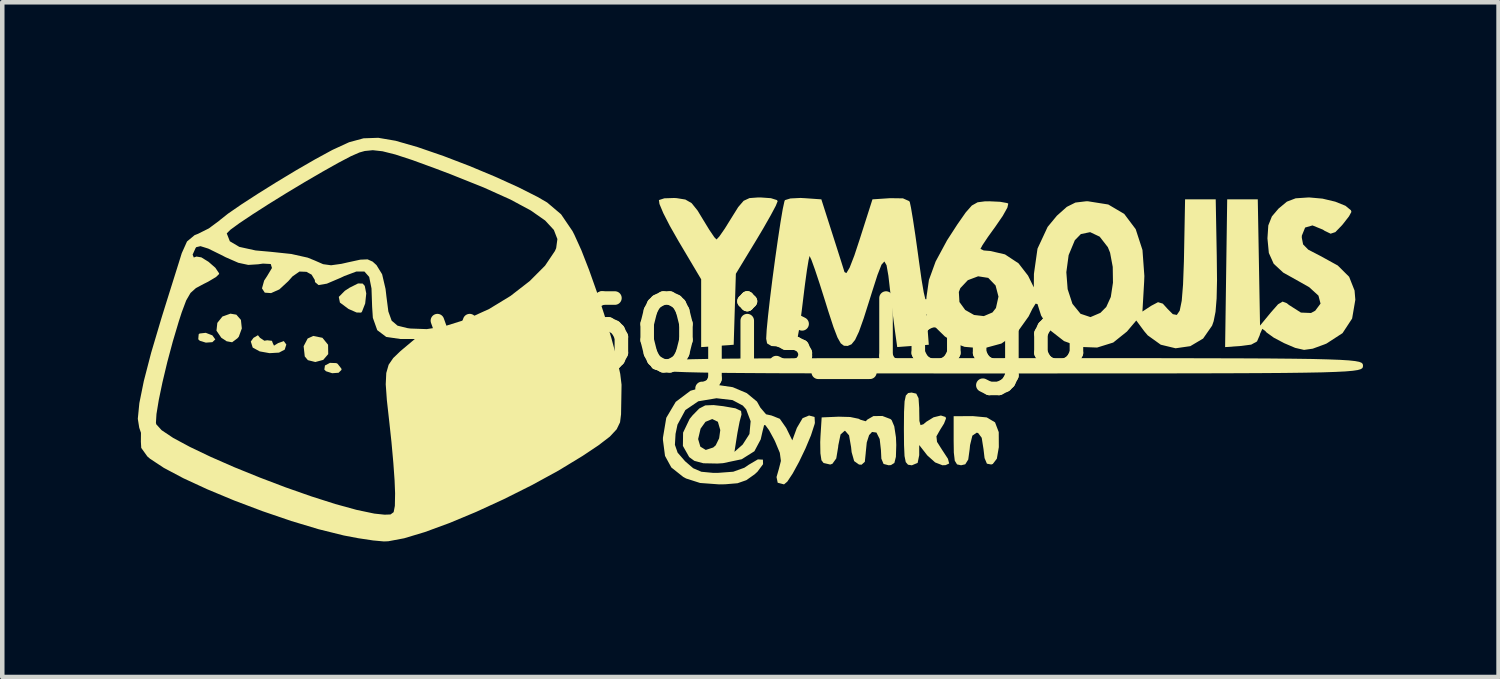
<source format=kicad_pcb>
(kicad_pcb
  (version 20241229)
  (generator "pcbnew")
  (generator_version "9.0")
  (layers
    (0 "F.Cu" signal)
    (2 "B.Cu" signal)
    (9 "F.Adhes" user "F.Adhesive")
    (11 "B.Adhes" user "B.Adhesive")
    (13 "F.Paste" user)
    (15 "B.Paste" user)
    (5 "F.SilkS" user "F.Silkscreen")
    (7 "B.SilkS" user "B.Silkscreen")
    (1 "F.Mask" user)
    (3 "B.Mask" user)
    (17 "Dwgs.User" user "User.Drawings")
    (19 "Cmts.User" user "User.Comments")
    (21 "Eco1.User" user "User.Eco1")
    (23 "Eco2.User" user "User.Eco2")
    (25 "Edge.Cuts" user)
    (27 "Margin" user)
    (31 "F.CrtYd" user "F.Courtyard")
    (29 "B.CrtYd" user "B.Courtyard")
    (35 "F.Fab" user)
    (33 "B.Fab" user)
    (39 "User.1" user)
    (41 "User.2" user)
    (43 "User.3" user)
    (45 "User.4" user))
  (footprint "ym60jis_logo"
    (layer "F.Cu")
    (at 13.738 4.368)
    (property "Reference" "ym60jis_logo" (at 0 0 0) (layer "F.SilkS") (effects (font (size 1.5 1.5) (thickness 0.3))))
    (attr board_only exclude_from_pos_files exclude_from_bom)
    (fp_poly (pts (xy -12.088 0.004) (xy -12.023 0.094) (xy -12.089 0.155) (xy -12.232 0.165) (xy -12.366 0.124) (xy -12.4 0.091) (xy -12.391 -0.019) (xy -12.37 -0.037) (xy -12.234 -0.052)) (stroke (width 0) (type solid)) (fill yes) (layer "F.SilkS"))
    (fp_poly (pts (xy -9.652 0.058) (xy -9.527 0.212) (xy -9.524 0.419) (xy -9.634 0.547) (xy -9.809 0.594) (xy -9.974 0.553) (xy -10.043 0.471) (xy -10.068 0.244) (xy -9.979 0.074) (xy -9.855 0.017)) (stroke (width 0) (type solid)) (fill yes) (layer "F.SilkS"))
    (fp_poly (pts (xy -9.347 0.618) (xy -9.317 0.632) (xy -9.233 0.74) (xy -9.229 0.767) (xy -9.295 0.832) (xy -9.437 0.842) (xy -9.574 0.798) (xy -9.61 0.761) (xy -9.596 0.671) (xy -9.485 0.613)) (stroke (width 0) (type solid)) (fill yes) (layer "F.SilkS"))
    (fp_poly (pts (xy -11.557 -0.454) (xy -11.456 -0.338) (xy -11.436 -0.149) (xy -11.503 0.034) (xy -11.532 0.068) (xy -11.651 0.157) (xy -11.772 0.135) (xy -11.89 0.057) (xy -11.997 -0.099) (xy -11.978 -0.272) (xy -11.865 -0.413) (xy -11.688 -0.476)) (stroke (width 0) (type solid)) (fill yes) (layer "F.SilkS"))
    (fp_poly (pts (xy -8.761 -1.142) (xy -8.715 -1.091) (xy -8.682 -0.923) (xy -8.706 -0.7) (xy -8.776 -0.522) (xy -8.795 -0.499) (xy -8.896 -0.502) (xy -9.07 -0.578) (xy -9.08 -0.584) (xy -9.265 -0.722) (xy -9.29 -0.847) (xy -9.155 -0.983) (xy -9.05 -1.051) (xy -8.863 -1.145)) (stroke (width 0) (type solid)) (fill yes) (layer "F.SilkS"))
    (fp_poly (pts (xy -11.033 0.059) (xy -10.937 0.123) (xy -10.874 0.113) (xy -10.769 0.125) (xy -10.753 0.171) (xy -10.724 0.232) (xy -10.633 0.176) (xy -10.507 0.131) (xy -10.451 0.207) (xy -10.487 0.32) (xy -10.613 0.386) (xy -10.822 0.398) (xy -11.04 0.359) (xy -11.192 0.276) (xy -11.196 0.272) (xy -11.237 0.141) (xy -11.179 0.06) (xy -11.079 0.001)) (stroke (width 0) (type solid)) (fill yes) (layer "F.SilkS"))
    (fp_poly (pts (xy 5.05 1.82) (xy 5.234 1.929) (xy 5.316 2.145) (xy 5.318 2.479) (xy 5.274 2.734) (xy 5.184 2.851) (xy 5.149 2.862) (xy 5.054 2.844) (xy 5.002 2.72) (xy 4.979 2.524) (xy 4.939 2.271) (xy 4.859 2.165) (xy 4.826 2.159) (xy 4.732 2.224) (xy 4.681 2.433) (xy 4.673 2.519) (xy 4.641 2.752) (xy 4.575 2.858) (xy 4.482 2.879) (xy 4.393 2.86) (xy 4.343 2.779) (xy 4.322 2.598) (xy 4.318 2.336) (xy 4.318 1.794) (xy 4.741 1.791)) (stroke (width 0) (type solid)) (fill yes) (layer "F.SilkS"))
    (fp_poly (pts (xy 0.273 -3.032) (xy 0.407 -2.99) (xy 0.423 -2.966) (xy 0.382 -2.864) (xy 0.269 -2.652) (xy 0.105 -2.364) (xy -0.039 -2.122) (xy -0.502 -1.359) (xy -0.526 -0.574) (xy -0.55 0.212) (xy -0.91 0.238) (xy -1.27 0.264) (xy -1.27 -0.487) (xy -1.27 -1.237) (xy -1.77 -2.079) (xy -1.962 -2.416) (xy -2.108 -2.701) (xy -2.193 -2.904) (xy -2.205 -2.99) (xy -2.085 -3.029) (xy -1.87 -3.036) (xy -1.813 -3.033) (xy -1.62 -3.002) (xy -1.482 -2.923) (xy -1.35 -2.759) (xy -1.231 -2.563) (xy -1.088 -2.329) (xy -0.978 -2.167) (xy -0.93 -2.118) (xy -0.868 -2.184) (xy -0.747 -2.358) (xy -0.608 -2.582) (xy -0.45 -2.835) (xy -0.33 -2.974) (xy -0.2 -3.034) (xy -0.012 -3.048) (xy 0.047 -3.048)) (stroke (width 0) (type solid)) (fill yes) (layer "F.SilkS"))
    (fp_poly (pts (xy 3.491 1.294) (xy 3.541 1.395) (xy 3.556 1.614) (xy 3.556 1.664) (xy 3.56 1.898) (xy 3.585 1.991) (xy 3.648 1.972) (xy 3.711 1.918) (xy 3.873 1.818) (xy 4.036 1.778) (xy 4.138 1.81) (xy 4.149 1.844) (xy 4.105 1.956) (xy 4.016 2.099) (xy 3.937 2.239) (xy 3.95 2.361) (xy 4.059 2.533) (xy 4.192 2.736) (xy 4.219 2.84) (xy 4.141 2.876) (xy 4.07 2.879) (xy 3.908 2.816) (xy 3.738 2.664) (xy 3.731 2.656) (xy 3.556 2.432) (xy 3.556 2.656) (xy 3.521 2.827) (xy 3.395 2.879) (xy 3.387 2.879) (xy 3.308 2.867) (xy 3.258 2.809) (xy 3.231 2.675) (xy 3.22 2.433) (xy 3.217 2.074) (xy 3.22 1.7) (xy 3.232 1.465) (xy 3.26 1.335) (xy 3.311 1.281) (xy 3.387 1.27)) (stroke (width 0) (type solid)) (fill yes) (layer "F.SilkS"))
    (fp_poly (pts (xy 2.919 1.856) (xy 2.946 1.88) (xy 3.004 2.018) (xy 3.041 2.26) (xy 3.048 2.43) (xy 3.04 2.693) (xy 3.006 2.828) (xy 2.931 2.875) (xy 2.879 2.879) (xy 2.767 2.85) (xy 2.718 2.733) (xy 2.709 2.545) (xy 2.681 2.298) (xy 2.609 2.155) (xy 2.512 2.142) (xy 2.447 2.212) (xy 2.395 2.375) (xy 2.372 2.605) (xy 2.372 2.61) (xy 2.352 2.803) (xy 2.28 2.867) (xy 2.223 2.863) (xy 2.116 2.787) (xy 2.06 2.589) (xy 2.048 2.476) (xy 2.003 2.217) (xy 1.917 2.118) (xy 1.905 2.117) (xy 1.815 2.198) (xy 1.765 2.44) (xy 1.762 2.476) (xy 1.72 2.728) (xy 1.635 2.846) (xy 1.587 2.863) (xy 1.439 2.829) (xy 1.392 2.768) (xy 1.369 2.615) (xy 1.365 2.366) (xy 1.371 2.233) (xy 1.397 1.82) (xy 1.775 1.804) (xy 2.028 1.811) (xy 2.215 1.85) (xy 2.254 1.871) (xy 2.372 1.905) (xy 2.41 1.867) (xy 2.542 1.791) (xy 2.74 1.788)) (stroke (width 0) (type solid)) (fill yes) (layer "F.SilkS"))
    (fp_poly (pts (xy 6.835 0.508) (xy 8.007 0.508) (xy 9.03 0.509) (xy 9.914 0.511) (xy 10.669 0.513) (xy 11.306 0.516) (xy 11.834 0.521) (xy 12.264 0.527) (xy 12.605 0.536) (xy 12.869 0.546) (xy 13.064 0.558) (xy 13.202 0.573) (xy 13.292 0.59) (xy 13.344 0.61) (xy 13.369 0.634) (xy 13.377 0.66) (xy 13.377 0.677) (xy 13.375 0.706) (xy 13.361 0.731) (xy 13.326 0.753) (xy 13.259 0.772) (xy 13.151 0.788) (xy 12.99 0.802) (xy 12.768 0.813) (xy 12.473 0.823) (xy 12.096 0.83) (xy 11.626 0.836) (xy 11.054 0.84) (xy 10.369 0.843) (xy 9.561 0.845) (xy 8.621 0.846) (xy 7.537 0.846) (xy 6.3 0.847) (xy 5.503 0.847) (xy 4.172 0.847) (xy 3 0.846) (xy 1.977 0.846) (xy 1.093 0.844) (xy 0.338 0.842) (xy -0.299 0.838) (xy -0.827 0.834) (xy -1.257 0.827) (xy -1.599 0.819) (xy -1.862 0.809) (xy -2.057 0.797) (xy -2.195 0.782) (xy -2.285 0.765) (xy -2.337 0.744) (xy -2.362 0.721) (xy -2.37 0.694) (xy -2.371 0.677) (xy -2.368 0.649) (xy -2.355 0.623) (xy -2.32 0.601) (xy -2.253 0.582) (xy -2.144 0.566) (xy -1.984 0.553) (xy -1.761 0.541) (xy -1.466 0.532) (xy -1.089 0.525) (xy -0.62 0.519) (xy -0.047 0.515) (xy 0.637 0.512) (xy 1.445 0.51) (xy 2.386 0.509) (xy 3.47 0.508) (xy 4.707 0.508) (xy 5.503 0.508)) (stroke (width 0) (type solid)) (fill yes) (layer "F.SilkS"))
    (fp_poly (pts (xy 12.481 -3.022) (xy 12.763 -2.955) (xy 12.989 -2.864) (xy 13.111 -2.764) (xy 13.121 -2.728) (xy 13.068 -2.63) (xy 12.941 -2.467) (xy 12.911 -2.431) (xy 12.766 -2.281) (xy 12.661 -2.246) (xy 12.528 -2.31) (xy 12.491 -2.335) (xy 12.26 -2.429) (xy 12.097 -2.382) (xy 12.024 -2.202) (xy 12.023 -2.157) (xy 12.052 -2.009) (xy 12.167 -1.892) (xy 12.404 -1.769) (xy 12.417 -1.763) (xy 12.819 -1.542) (xy 13.071 -1.292) (xy 13.191 -0.988) (xy 13.208 -0.784) (xy 13.137 -0.368) (xy 12.925 -0.045) (xy 12.571 0.185) (xy 12.53 0.202) (xy 12.265 0.299) (xy 12.073 0.326) (xy 11.877 0.281) (xy 11.631 0.176) (xy 11.403 0.055) (xy 11.242 -0.061) (xy 11.211 -0.096) (xy 11.149 -0.14) (xy 11.099 -0.028) (xy 11.092 0.001) (xy 11.032 0.139) (xy 10.904 0.209) (xy 10.684 0.238) (xy 10.326 0.264) (xy 10.349 -1.371) (xy 10.372 -3.006) (xy 10.71 -3.006) (xy 11.049 -3.006) (xy 11.074 -1.609) (xy 11.099 -0.212) (xy 11.342 -0.507) (xy 11.497 -0.683) (xy 11.598 -0.743) (xy 11.692 -0.707) (xy 11.74 -0.668) (xy 12.004 -0.5) (xy 12.227 -0.491) (xy 12.32 -0.541) (xy 12.438 -0.699) (xy 12.392 -0.875) (xy 12.188 -1.061) (xy 11.959 -1.191) (xy 11.612 -1.385) (xy 11.401 -1.581) (xy 11.294 -1.819) (xy 11.263 -2.141) (xy 11.263 -2.144) (xy 11.282 -2.429) (xy 11.361 -2.628) (xy 11.508 -2.801) (xy 11.693 -2.955) (xy 11.887 -3.029) (xy 12.169 -3.048) (xy 12.19 -3.048)) (stroke (width 0) (type solid)) (fill yes) (layer "F.SilkS"))
    (fp_poly (pts (xy -0.571 1.151) (xy -0.26 1.283) (xy -0.035 1.469) (xy 0.04 1.603) (xy 0.166 1.751) (xy 0.287 1.778) (xy 0.471 1.851) (xy 0.612 2.053) (xy 0.747 2.328) (xy 0.848 2.053) (xy 0.975 1.837) (xy 1.118 1.778) (xy 1.24 1.811) (xy 1.247 1.942) (xy 1.24 1.971) (xy 1.16 2.218) (xy 1.038 2.509) (xy 0.896 2.805) (xy 0.755 3.063) (xy 0.636 3.242) (xy 0.564 3.302) (xy 0.424 3.266) (xy 0.398 3.14) (xy 0.45 2.96) (xy 0.495 2.783) (xy 0.471 2.604) (xy 0.368 2.357) (xy 0.345 2.309) (xy 0.232 2.102) (xy 0.15 1.991) (xy 0.123 1.99) (xy 0.088 2.13) (xy 0.048 2.306) (xy -0.092 2.569) (xy -0.373 2.746) (xy -0.787 2.833) (xy -0.908 2.841) (xy -1.221 2.835) (xy -1.422 2.781) (xy -1.535 2.698) (xy -1.674 2.451) (xy -1.672 2.299) (xy -1.337 2.299) (xy -1.288 2.467) (xy -1.168 2.54) (xy -1.003 2.486) (xy -0.948 2.438) (xy -0.872 2.282) (xy -0.847 2.1) (xy -0.9 1.917) (xy -1.025 1.856) (xy -1.175 1.918) (xy -1.283 2.069) (xy -1.337 2.299) (xy -1.672 2.299) (xy -1.67 2.157) (xy -1.526 1.855) (xy -1.46 1.774) (xy -1.312 1.623) (xy -1.179 1.554) (xy -0.995 1.547) (xy -0.778 1.572) (xy -0.511 1.619) (xy -0.387 1.677) (xy -0.377 1.755) (xy -0.419 1.913) (xy -0.466 2.156) (xy -0.478 2.23) (xy -0.533 2.582) (xy -0.351 2.421) (xy -0.201 2.187) (xy -0.175 1.904) (xy -0.274 1.642) (xy -0.348 1.558) (xy -0.576 1.437) (xy -0.921 1.397) (xy -0.938 1.397) (xy -1.333 1.463) (xy -1.62 1.658) (xy -1.794 1.98) (xy -1.837 2.184) (xy -1.851 2.427) (xy -1.791 2.6) (xy -1.626 2.79) (xy -1.446 2.945) (xy -1.265 3.023) (xy -1.011 3.047) (xy -0.907 3.048) (xy -0.56 3.022) (xy -0.314 2.934) (xy -0.217 2.868) (xy -0.015 2.749) (xy 0.097 2.755) (xy 0.1 2.855) (xy -0.023 3.021) (xy -0.086 3.079) (xy -0.27 3.209) (xy -0.465 3.277) (xy -0.739 3.3) (xy -0.874 3.302) (xy -1.294 3.271) (xy -1.603 3.172) (xy -1.667 3.137) (xy -1.93 2.928) (xy -2.07 2.672) (xy -2.116 2.318) (xy -2.116 2.27) (xy -2.042 1.829) (xy -1.833 1.476) (xy -1.507 1.23) (xy -1.084 1.11) (xy -0.914 1.101)) (stroke (width 0) (type solid)) (fill yes) (layer "F.SilkS"))
    (fp_poly (pts (xy 1.022 -3.032) (xy 1.39 -3.006) (xy 1.62 -2.286) (xy 1.73 -1.942) (xy 1.825 -1.643) (xy 1.889 -1.44) (xy 1.902 -1.397) (xy 1.944 -1.374) (xy 2.016 -1.494) (xy 2.121 -1.765) (xy 2.237 -2.117) (xy 2.521 -3.006) (xy 2.912 -3.032) (xy 3.196 -3.028) (xy 3.334 -2.967) (xy 3.348 -2.943) (xy 3.374 -2.821) (xy 3.417 -2.565) (xy 3.471 -2.209) (xy 3.53 -1.787) (xy 3.549 -1.647) (xy 3.607 -1.234) (xy 3.656 -0.946) (xy 3.692 -0.796) (xy 3.714 -0.796) (xy 3.717 -0.847) (xy 3.733 -0.956) (xy 4.433 -0.956) (xy 4.446 -0.734) (xy 4.574 -0.558) (xy 4.77 -0.447) (xy 4.986 -0.422) (xy 5.177 -0.503) (xy 5.254 -0.601) (xy 5.31 -0.853) (xy 5.246 -1.1) (xy 5.084 -1.268) (xy 4.86 -1.303) (xy 4.632 -1.217) (xy 4.466 -1.041) (xy 4.433 -0.956) (xy 3.733 -0.956) (xy 3.771 -1.223) (xy 3.919 -1.63) (xy 4.172 -2.099) (xy 4.4 -2.451) (xy 4.585 -2.716) (xy 4.72 -2.869) (xy 4.848 -2.941) (xy 5.01 -2.962) (xy 5.111 -2.963) (xy 5.347 -2.952) (xy 5.503 -2.924) (xy 5.527 -2.911) (xy 5.507 -2.823) (xy 5.405 -2.64) (xy 5.245 -2.407) (xy 5.075 -2.171) (xy 4.955 -1.991) (xy 4.911 -1.909) (xy 4.984 -1.875) (xy 5.13 -1.863) (xy 5.454 -1.788) (xy 5.754 -1.59) (xy 5.965 -1.317) (xy 6.092 -1.058) (xy 6.095 -1.355) (xy 6.1 -1.394) (xy 6.812 -1.394) (xy 6.841 -1.018) (xy 6.947 -0.694) (xy 7.126 -0.474) (xy 7.128 -0.473) (xy 7.346 -0.4) (xy 7.566 -0.494) (xy 7.696 -0.625) (xy 7.796 -0.845) (xy 7.844 -1.162) (xy 7.839 -1.511) (xy 7.78 -1.826) (xy 7.731 -1.947) (xy 7.55 -2.18) (xy 7.339 -2.28) (xy 7.134 -2.238) (xy 7 -2.101) (xy 6.863 -1.772) (xy 6.812 -1.394) (xy 6.1 -1.394) (xy 6.174 -1.915) (xy 6.398 -2.396) (xy 6.603 -2.644) (xy 6.823 -2.84) (xy 7.013 -2.935) (xy 7.246 -2.963) (xy 7.293 -2.963) (xy 7.74 -2.892) (xy 8.093 -2.684) (xy 8.347 -2.346) (xy 8.497 -1.885) (xy 8.539 -1.309) (xy 8.534 -1.179) (xy 8.496 -0.523) (xy 8.693 -0.652) (xy 8.841 -0.73) (xy 8.947 -0.698) (xy 9.053 -0.581) (xy 9.169 -0.465) (xy 9.257 -0.448) (xy 9.321 -0.542) (xy 9.366 -0.762) (xy 9.395 -1.12) (xy 9.414 -1.631) (xy 9.417 -1.78) (xy 9.44 -3.006) (xy 9.779 -3.006) (xy 10.118 -3.006) (xy 10.141 -1.759) (xy 10.147 -1.215) (xy 10.138 -0.811) (xy 10.114 -0.518) (xy 10.072 -0.308) (xy 10.038 -0.211) (xy 9.839 0.075) (xy 9.556 0.243) (xy 9.23 0.29) (xy 8.902 0.211) (xy 8.612 0.003) (xy 8.537 -0.086) (xy 8.36 -0.325) (xy 8.154 -0.081) (xy 7.85 0.163) (xy 7.493 0.274) (xy 7.117 0.26) (xy 6.761 0.131) (xy 6.461 -0.103) (xy 6.254 -0.434) (xy 6.211 -0.569) (xy 6.174 -0.688) (xy 6.132 -0.698) (xy 6.06 -0.582) (xy 5.978 -0.416) (xy 5.721 -0.056) (xy 5.376 0.185) (xy 4.976 0.294) (xy 4.56 0.258) (xy 4.379 0.191) (xy 4.124 0.029) (xy 3.913 -0.177) (xy 3.888 -0.212) (xy 3.717 -0.466) (xy 3.742 -0.127) (xy 3.768 0.212) (xy 3.418 0.237) (xy 3.069 0.263) (xy 3.018 -0.101) (xy 2.978 -0.409) (xy 2.935 -0.771) (xy 2.918 -0.931) (xy 2.874 -1.314) (xy 2.833 -1.548) (xy 2.785 -1.631) (xy 2.721 -1.56) (xy 2.632 -1.332) (xy 2.508 -0.945) (xy 2.464 -0.804) (xy 2.327 -0.372) (xy 2.222 -0.077) (xy 2.136 0.105) (xy 2.057 0.202) (xy 1.973 0.238) (xy 1.97 0.238) (xy 1.89 0.234) (xy 1.82 0.181) (xy 1.747 0.052) (xy 1.659 -0.177) (xy 1.543 -0.532) (xy 1.473 -0.757) (xy 1.352 -1.139) (xy 1.248 -1.452) (xy 1.171 -1.665) (xy 1.131 -1.75) (xy 1.129 -1.75) (xy 1.107 -1.659) (xy 1.071 -1.44) (xy 1.029 -1.135) (xy 1.013 -1.009) (xy 0.954 -0.524) (xy 0.908 -0.182) (xy 0.866 0.043) (xy 0.817 0.173) (xy 0.752 0.236) (xy 0.661 0.254) (xy 0.533 0.254) (xy 0.504 0.254) (xy 0.285 0.24) (xy 0.189 0.182) (xy 0.169 0.078) (xy 0.18 -0.118) (xy 0.21 -0.426) (xy 0.254 -0.814) (xy 0.308 -1.248) (xy 0.368 -1.696) (xy 0.429 -2.124) (xy 0.486 -2.499) (xy 0.535 -2.788) (xy 0.572 -2.959) (xy 0.584 -2.989) (xy 0.706 -3.026) (xy 0.927 -3.037)) (stroke (width 0) (type solid)) (fill yes) (layer "F.SilkS"))
    (fp_poly (pts (xy -8.035 -4.303) (xy -7.551 -4.164) (xy -7.521 -4.154) (xy -6.975 -3.966) (xy -6.398 -3.745) (xy -5.831 -3.508) (xy -5.315 -3.274) (xy -4.891 -3.06) (xy -4.679 -2.937) (xy -4.371 -2.676) (xy -4.118 -2.304) (xy -4.076 -2.222) (xy -3.921 -1.88) (xy -3.752 -1.447) (xy -3.578 -0.957) (xy -3.411 -0.446) (xy -3.261 0.05) (xy -3.141 0.496) (xy -3.061 0.857) (xy -3.032 1.097) (xy -3.032 1.101) (xy -3.037 1.408) (xy -3.042 1.694) (xy -3.043 1.751) (xy -3.065 1.928) (xy -3.14 2.083) (xy -3.291 2.245) (xy -3.543 2.438) (xy -3.895 2.673) (xy -4.428 2.997) (xy -5.017 3.319) (xy -5.634 3.628) (xy -6.252 3.912) (xy -6.845 4.159) (xy -7.384 4.357) (xy -7.843 4.495) (xy -8.194 4.561) (xy -8.291 4.565) (xy -8.532 4.543) (xy -8.863 4.493) (xy -9.179 4.433) (xy -9.735 4.295) (xy -10.344 4.112) (xy -10.979 3.895) (xy -11.607 3.658) (xy -12.2 3.411) (xy -12.728 3.167) (xy -13.16 2.938) (xy -13.466 2.736) (xy -13.526 2.685) (xy -13.662 2.495) (xy -13.67 2.358) (xy -13.668 2.161) (xy -13.706 2.05) (xy -13.724 1.938) (xy -13.337 1.938) (xy -13.33 1.972) (xy -13.211 2.103) (xy -12.955 2.274) (xy -12.585 2.473) (xy -12.127 2.692) (xy -11.605 2.921) (xy -11.043 3.149) (xy -10.467 3.368) (xy -9.9 3.567) (xy -9.367 3.737) (xy -8.894 3.867) (xy -8.503 3.949) (xy -8.276 3.973) (xy -8.145 3.968) (xy -8.076 3.917) (xy -8.049 3.779) (xy -8.044 3.514) (xy -8.044 3.493) (xy -8.055 3.214) (xy -8.083 2.822) (xy -8.124 2.367) (xy -8.172 1.923) (xy -8.226 1.438) (xy -8.251 1.087) (xy -8.239 0.837) (xy -8.187 0.655) (xy -8.085 0.506) (xy -7.93 0.357) (xy -7.869 0.305) (xy -7.607 0.085) (xy -7.924 0.085) (xy -8.24 0.039) (xy -8.439 -0.111) (xy -8.536 -0.384) (xy -8.552 -0.627) (xy -8.566 -1.034) (xy -8.617 -1.289) (xy -8.722 -1.408) (xy -8.9 -1.409) (xy -9.169 -1.308) (xy -9.249 -1.27) (xy -9.554 -1.14) (xy -9.738 -1.109) (xy -9.816 -1.175) (xy -9.821 -1.222) (xy -9.892 -1.34) (xy -10.006 -1.402) (xy -10.16 -1.408) (xy -10.314 -1.301) (xy -10.408 -1.195) (xy -10.605 -1.013) (xy -10.789 -0.931) (xy -10.928 -0.941) (xy -10.99 -1.036) (xy -10.942 -1.208) (xy -10.877 -1.307) (xy -10.769 -1.487) (xy -10.796 -1.575) (xy -10.968 -1.584) (xy -11.074 -1.569) (xy -11.293 -1.555) (xy -11.513 -1.602) (xy -11.794 -1.725) (xy -11.893 -1.776) (xy -12.178 -1.916) (xy -12.351 -1.97) (xy -12.444 -1.948) (xy -12.459 -1.929) (xy -12.525 -1.782) (xy -12.499 -1.719) (xy -12.44 -1.74) (xy -12.332 -1.722) (xy -12.173 -1.624) (xy -12.022 -1.492) (xy -11.941 -1.372) (xy -11.938 -1.354) (xy -12.007 -1.287) (xy -12.182 -1.183) (xy -12.278 -1.135) (xy -12.451 -1.043) (xy -12.571 -0.935) (xy -12.667 -0.77) (xy -12.766 -0.506) (xy -12.831 -0.305) (xy -12.963 0.138) (xy -13.086 0.597) (xy -13.192 1.041) (xy -13.274 1.434) (xy -13.325 1.745) (xy -13.337 1.938) (xy -13.724 1.938) (xy -13.738 1.851) (xy -13.704 1.504) (xy -13.605 1.015) (xy -13.443 0.39) (xy -13.219 -0.364) (xy -13.201 -0.423) (xy -13.066 -0.855) (xy -12.939 -1.26) (xy -12.834 -1.594) (xy -12.766 -1.813) (xy -12.763 -1.82) (xy -12.649 -2.074) (xy -12.482 -2.213) (xy -12.404 -2.244) (xy -12.39 -2.251) (xy -11.769 -2.251) (xy -11.701 -2.078) (xy -11.491 -1.954) (xy -11.131 -1.875) (xy -10.795 -1.845) (xy -10.341 -1.797) (xy -9.979 -1.716) (xy -9.828 -1.655) (xy -9.636 -1.571) (xy -9.461 -1.547) (xy -9.231 -1.579) (xy -9.082 -1.613) (xy -8.815 -1.671) (xy -8.653 -1.678) (xy -8.541 -1.628) (xy -8.455 -1.55) (xy -8.331 -1.348) (xy -8.255 -1.023) (xy -8.236 -0.859) (xy -8.193 -0.524) (xy -8.12 -0.321) (xy -7.989 -0.21) (xy -7.77 -0.156) (xy -7.704 -0.147) (xy -7.343 -0.134) (xy -6.964 -0.193) (xy -6.51 -0.335) (xy -6.457 -0.355) (xy -5.964 -0.579) (xy -5.488 -0.869) (xy -5.064 -1.198) (xy -4.725 -1.538) (xy -4.507 -1.862) (xy -4.479 -1.926) (xy -4.452 -2.127) (xy -4.53 -2.329) (xy -4.723 -2.538) (xy -5.041 -2.76) (xy -5.491 -3.002) (xy -6.084 -3.269) (xy -6.829 -3.567) (xy -7.154 -3.69) (xy -7.66 -3.875) (xy -8.039 -3.999) (xy -8.322 -4.07) (xy -8.537 -4.094) (xy -8.716 -4.076) (xy -8.834 -4.043) (xy -9.021 -3.961) (xy -9.302 -3.813) (xy -9.651 -3.617) (xy -10.043 -3.389) (xy -10.449 -3.145) (xy -10.843 -2.901) (xy -11.199 -2.673) (xy -11.489 -2.479) (xy -11.688 -2.334) (xy -11.768 -2.254) (xy -11.769 -2.251) (xy -12.39 -2.251) (xy -12.166 -2.363) (xy -11.93 -2.538) (xy -11.914 -2.553) (xy -11.741 -2.69) (xy -11.454 -2.888) (xy -11.084 -3.128) (xy -10.666 -3.389) (xy -10.233 -3.65) (xy -9.817 -3.89) (xy -9.452 -4.089) (xy -9.421 -4.105) (xy -9.062 -4.27) (xy -8.742 -4.357) (xy -8.416 -4.368)) (stroke (width 0) (type solid)) (fill yes) (layer "F.SilkS")))
  (gr_rect
    (start -3 -3)
    (end 30.116 11.933)
    (stroke (width 0.1) (type default))
    (fill no)
    (layer "Edge.Cuts")))
</source>
